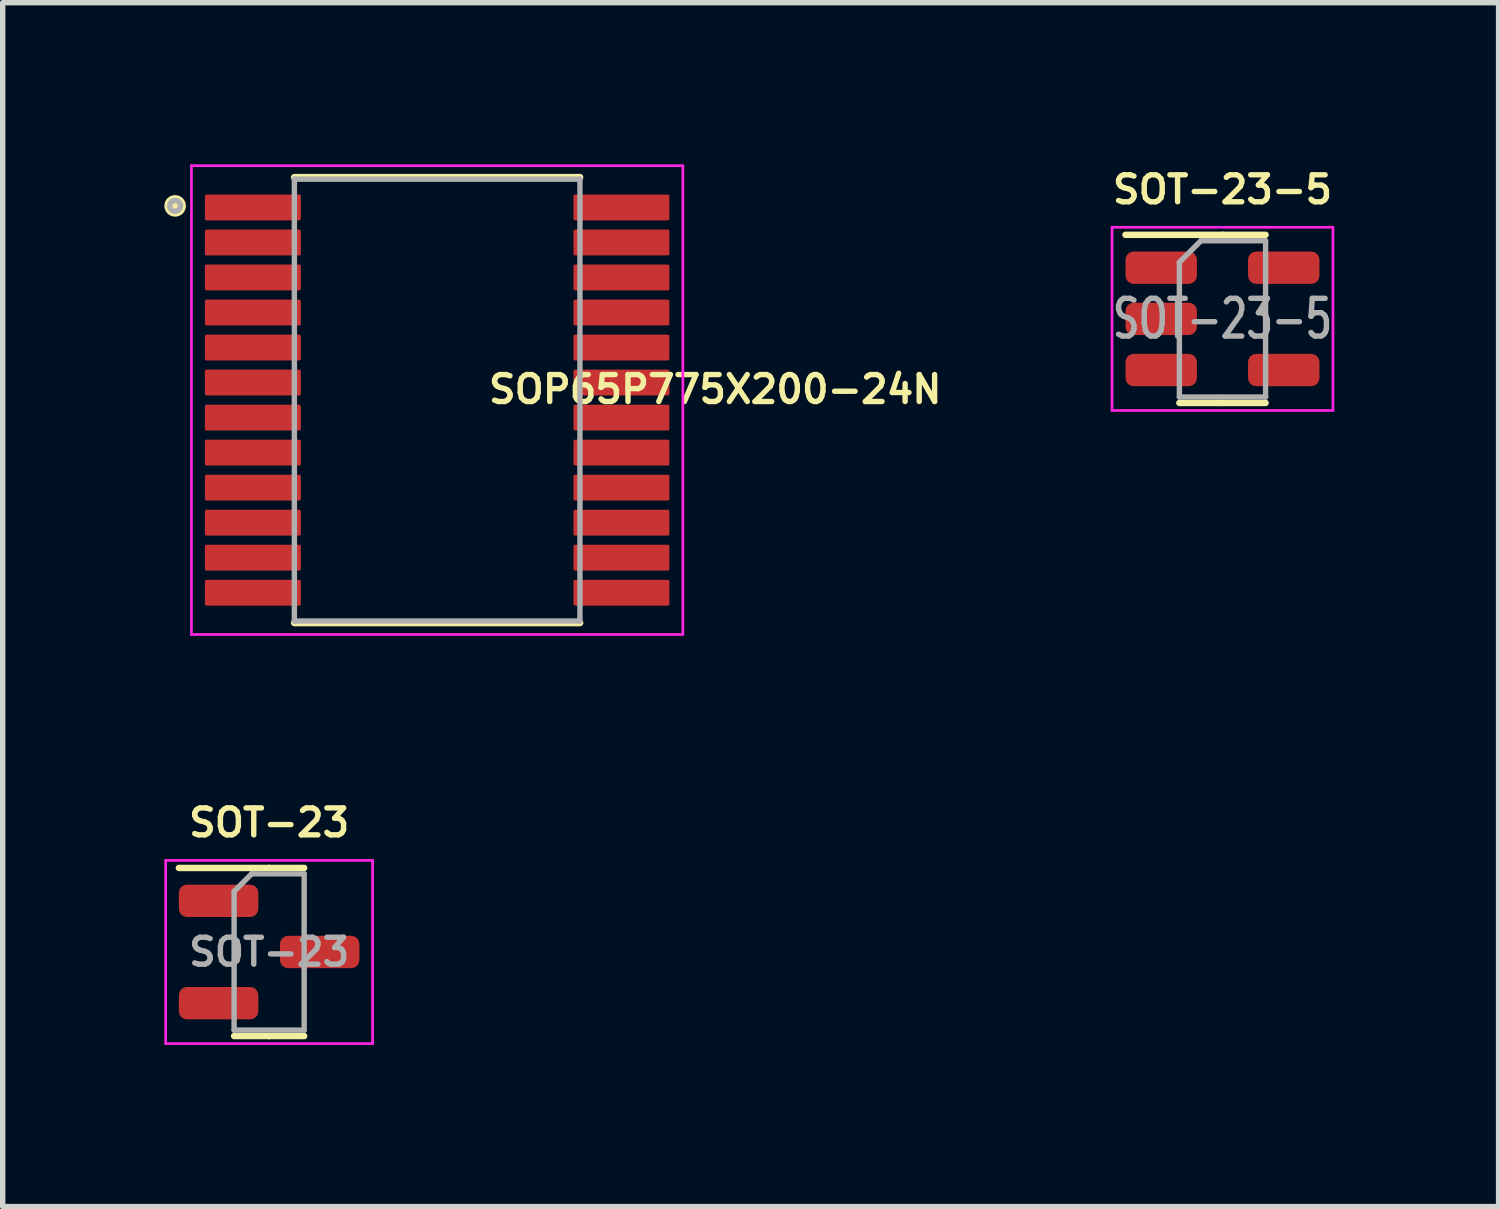
<source format=kicad_pcb>
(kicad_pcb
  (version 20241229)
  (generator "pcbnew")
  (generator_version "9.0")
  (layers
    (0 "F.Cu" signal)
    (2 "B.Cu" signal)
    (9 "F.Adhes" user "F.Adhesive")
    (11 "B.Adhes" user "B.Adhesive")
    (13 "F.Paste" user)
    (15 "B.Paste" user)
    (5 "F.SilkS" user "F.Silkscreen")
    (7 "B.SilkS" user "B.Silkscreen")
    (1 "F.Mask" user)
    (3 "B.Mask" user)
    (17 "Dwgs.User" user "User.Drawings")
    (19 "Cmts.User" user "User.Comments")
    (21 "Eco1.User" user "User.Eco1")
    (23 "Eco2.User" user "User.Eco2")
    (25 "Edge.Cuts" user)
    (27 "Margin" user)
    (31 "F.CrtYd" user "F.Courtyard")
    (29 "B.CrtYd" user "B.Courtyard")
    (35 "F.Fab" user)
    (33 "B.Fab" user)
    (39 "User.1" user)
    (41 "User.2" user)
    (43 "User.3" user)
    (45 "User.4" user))
  (footprint "SOT-23-5"
    (layer "F.Cu")
    (at 19.638 2.868)
    (property "Reference" "SOT-23-5" (at 0 -2.4 0) (layer "F.SilkS") (effects (font (size 0.5 0.5) (thickness 0.1))))
    (attr smd)
    (fp_line (start 0 -1.56) (end -1.8 -1.56) (stroke (width 0.12) (type solid)) (layer "F.SilkS"))
    (fp_line (start 0 -1.56) (end 0.8 -1.56) (stroke (width 0.12) (type solid)) (layer "F.SilkS"))
    (fp_line (start 0 1.56) (end -0.8 1.56) (stroke (width 0.12) (type solid)) (layer "F.SilkS"))
    (fp_line (start 0 1.56) (end 0.8 1.56) (stroke (width 0.12) (type solid)) (layer "F.SilkS"))
    (fp_line (start -2.05 -1.7) (end -2.05 1.7) (stroke (width 0.05) (type solid)) (layer "F.CrtYd"))
    (fp_line (start -2.05 1.7) (end 2.05 1.7) (stroke (width 0.05) (type solid)) (layer "F.CrtYd"))
    (fp_line (start 2.05 -1.7) (end -2.05 -1.7) (stroke (width 0.05) (type solid)) (layer "F.CrtYd"))
    (fp_line (start 2.05 1.7) (end 2.05 -1.7) (stroke (width 0.05) (type solid)) (layer "F.CrtYd"))
    (fp_line (start -0.8 -1.05) (end -0.4 -1.45) (stroke (width 0.1) (type solid)) (layer "F.Fab"))
    (fp_line (start -0.8 1.45) (end -0.8 -1.05) (stroke (width 0.1) (type solid)) (layer "F.Fab"))
    (fp_line (start -0.4 -1.45) (end 0.8 -1.45) (stroke (width 0.1) (type solid)) (layer "F.Fab"))
    (fp_line (start 0.8 -1.45) (end 0.8 1.45) (stroke (width 0.1) (type solid)) (layer "F.Fab"))
    (fp_line (start 0.8 1.45) (end -0.8 1.45) (stroke (width 0.1) (type solid)) (layer "F.Fab"))
    (fp_text user "${REFERENCE}" (at 0 0 0) (layer "F.Fab") (effects (font (size 0.7 0.5) (thickness 0.1))))
    (pad "1" smd roundrect (at -1.137 -0.95) (size 1.325 0.6) (layers "F.Cu" "F.Mask" "F.Paste") (roundrect_rratio 0.25))
    (pad "2" smd roundrect (at -1.137 0) (size 1.325 0.6) (layers "F.Cu" "F.Mask" "F.Paste") (roundrect_rratio 0.25))
    (pad "3" smd roundrect (at -1.137 0.95) (size 1.325 0.6) (layers "F.Cu" "F.Mask" "F.Paste") (roundrect_rratio 0.25))
    (pad "4" smd roundrect (at 1.137 0.95) (size 1.325 0.6) (layers "F.Cu" "F.Mask" "F.Paste") (roundrect_rratio 0.25))
    (pad "5" smd roundrect (at 1.137 -0.95) (size 1.325 0.6) (layers "F.Cu" "F.Mask" "F.Paste") (roundrect_rratio 0.25)))
  (footprint "SOT-23"
    (layer "F.Cu")
    (at 1.945 14.618)
    (property "Reference" "SOT-23" (at 0 -2.4 180) (layer "F.SilkS") (effects (font (size 0.5 0.5) (thickness 0.1))))
    (attr smd)
    (fp_line (start -1.675 -1.56) (end 0 -1.56) (stroke (width 0.12) (type solid)) (layer "F.SilkS"))
    (fp_line (start -0.65 1.56) (end 0 1.56) (stroke (width 0.12) (type solid)) (layer "F.SilkS"))
    (fp_line (start 0.65 -1.56) (end 0 -1.56) (stroke (width 0.12) (type solid)) (layer "F.SilkS"))
    (fp_line (start 0.65 1.56) (end 0 1.56) (stroke (width 0.12) (type solid)) (layer "F.SilkS"))
    (fp_line (start -1.92 -1.7) (end 1.92 -1.7) (stroke (width 0.05) (type solid)) (layer "F.CrtYd"))
    (fp_line (start -1.92 1.7) (end -1.92 -1.7) (stroke (width 0.05) (type solid)) (layer "F.CrtYd"))
    (fp_line (start 1.92 -1.7) (end 1.92 1.7) (stroke (width 0.05) (type solid)) (layer "F.CrtYd"))
    (fp_line (start 1.92 1.7) (end -1.92 1.7) (stroke (width 0.05) (type solid)) (layer "F.CrtYd"))
    (fp_line (start -0.65 -1.125) (end -0.65 1.45) (stroke (width 0.1) (type solid)) (layer "F.Fab"))
    (fp_line (start -0.65 1.45) (end 0.65 1.45) (stroke (width 0.1) (type solid)) (layer "F.Fab"))
    (fp_line (start -0.325 -1.45) (end -0.65 -1.125) (stroke (width 0.1) (type solid)) (layer "F.Fab"))
    (fp_line (start 0.65 -1.45) (end -0.325 -1.45) (stroke (width 0.1) (type solid)) (layer "F.Fab"))
    (fp_line (start 0.65 1.45) (end 0.65 -1.45) (stroke (width 0.1) (type solid)) (layer "F.Fab"))
    (fp_text user "${REFERENCE}" (at 0 0 180) (layer "F.Fab") (effects (font (size 0.5 0.5) (thickness 0.1))))
    (pad "1" smd roundrect (at -0.938 -0.95 180) (size 1.475 0.6) (layers "F.Cu" "F.Mask" "F.Paste") (roundrect_rratio 0.25))
    (pad "2" smd roundrect (at -0.938 0.95 180) (size 1.475 0.6) (layers "F.Cu" "F.Mask" "F.Paste") (roundrect_rratio 0.25))
    (pad "3" smd roundrect (at 0.938 0 180) (size 1.475 0.6) (layers "F.Cu" "F.Mask" "F.Paste") (roundrect_rratio 0.25)))
  (footprint "SOP65P775X200-24N"
    (layer "F.Cu")
    (at 5.063 4.375)
    (property "Reference" "SOP65P775X200-24N" (at 5.161 -0.2 0) (layer "F.SilkS") (effects (font (size 0.5 0.5) (thickness 0.1))))
    (attr through_hole)
    (fp_line (start -2.65 -4.135) (end 2.65 -4.135) (stroke (width 0.127) (type solid)) (layer "F.SilkS"))
    (fp_line (start -2.65 4.135) (end 2.65 4.135) (stroke (width 0.127) (type solid)) (layer "F.SilkS"))
    (fp_circle (center -4.863 -3.604) (end -4.763 -3.604) (stroke (width 0.2) (type solid)) (fill no) (layer "F.SilkS"))
    (fp_line (start -4.56 -4.35) (end -4.56 4.35) (stroke (width 0.05) (type solid)) (layer "F.CrtYd"))
    (fp_line (start -4.56 -4.35) (end 4.56 -4.35) (stroke (width 0.05) (type solid)) (layer "F.CrtYd"))
    (fp_line (start -4.56 4.35) (end 4.56 4.35) (stroke (width 0.05) (type solid)) (layer "F.CrtYd"))
    (fp_line (start 4.56 -4.35) (end 4.56 4.35) (stroke (width 0.05) (type solid)) (layer "F.CrtYd"))
    (fp_line (start -2.65 -4.1) (end -2.65 4.1) (stroke (width 0.1) (type solid)) (layer "F.Fab"))
    (fp_line (start -2.65 -4.1) (end 2.65 -4.1) (stroke (width 0.1) (type solid)) (layer "F.Fab"))
    (fp_line (start -2.65 4.1) (end 2.65 4.1) (stroke (width 0.1) (type solid)) (layer "F.Fab"))
    (fp_line (start 2.65 -4.1) (end 2.65 4.1) (stroke (width 0.1) (type solid)) (layer "F.Fab"))
    (fp_circle (center -4.863 -3.604) (end -4.763 -3.604) (stroke (width 0.1) (type solid)) (fill no) (layer "F.Fab"))
    (pad "1" smd roundrect (at -3.42 -3.575) (size 1.78 0.48) (layers "F.Cu" "F.Mask" "F.Paste") (roundrect_rratio 0.06))
    (pad "2" smd roundrect (at -3.42 -2.925) (size 1.78 0.48) (layers "F.Cu" "F.Mask" "F.Paste") (roundrect_rratio 0.06))
    (pad "3" smd roundrect (at -3.42 -2.275) (size 1.78 0.48) (layers "F.Cu" "F.Mask" "F.Paste") (roundrect_rratio 0.06))
    (pad "4" smd roundrect (at -3.42 -1.625) (size 1.78 0.48) (layers "F.Cu" "F.Mask" "F.Paste") (roundrect_rratio 0.06))
    (pad "5" smd roundrect (at -3.42 -0.975) (size 1.78 0.48) (layers "F.Cu" "F.Mask" "F.Paste") (roundrect_rratio 0.06))
    (pad "6" smd roundrect (at -3.42 -0.325) (size 1.78 0.48) (layers "F.Cu" "F.Mask" "F.Paste") (roundrect_rratio 0.06))
    (pad "7" smd roundrect (at -3.42 0.325) (size 1.78 0.48) (layers "F.Cu" "F.Mask" "F.Paste") (roundrect_rratio 0.06))
    (pad "8" smd roundrect (at -3.42 0.975) (size 1.78 0.48) (layers "F.Cu" "F.Mask" "F.Paste") (roundrect_rratio 0.06))
    (pad "9" smd roundrect (at -3.42 1.625) (size 1.78 0.48) (layers "F.Cu" "F.Mask" "F.Paste") (roundrect_rratio 0.06))
    (pad "10" smd roundrect (at -3.42 2.275) (size 1.78 0.48) (layers "F.Cu" "F.Mask" "F.Paste") (roundrect_rratio 0.06))
    (pad "11" smd roundrect (at -3.42 2.925) (size 1.78 0.48) (layers "F.Cu" "F.Mask" "F.Paste") (roundrect_rratio 0.06))
    (pad "12" smd roundrect (at -3.42 3.575) (size 1.78 0.48) (layers "F.Cu" "F.Mask" "F.Paste") (roundrect_rratio 0.06))
    (pad "13" smd roundrect (at 3.42 3.575) (size 1.78 0.48) (layers "F.Cu" "F.Mask" "F.Paste") (roundrect_rratio 0.06))
    (pad "14" smd roundrect (at 3.42 2.925) (size 1.78 0.48) (layers "F.Cu" "F.Mask" "F.Paste") (roundrect_rratio 0.06))
    (pad "15" smd roundrect (at 3.42 2.275) (size 1.78 0.48) (layers "F.Cu" "F.Mask" "F.Paste") (roundrect_rratio 0.06))
    (pad "16" smd roundrect (at 3.42 1.625) (size 1.78 0.48) (layers "F.Cu" "F.Mask" "F.Paste") (roundrect_rratio 0.06))
    (pad "17" smd roundrect (at 3.42 0.975) (size 1.78 0.48) (layers "F.Cu" "F.Mask" "F.Paste") (roundrect_rratio 0.06))
    (pad "18" smd roundrect (at 3.42 0.325) (size 1.78 0.48) (layers "F.Cu" "F.Mask" "F.Paste") (roundrect_rratio 0.06))
    (pad "19" smd roundrect (at 3.42 -0.325) (size 1.78 0.48) (layers "F.Cu" "F.Mask" "F.Paste") (roundrect_rratio 0.06))
    (pad "20" smd roundrect (at 3.42 -0.975) (size 1.78 0.48) (layers "F.Cu" "F.Mask" "F.Paste") (roundrect_rratio 0.06))
    (pad "21" smd roundrect (at 3.42 -1.625) (size 1.78 0.48) (layers "F.Cu" "F.Mask" "F.Paste") (roundrect_rratio 0.06))
    (pad "22" smd roundrect (at 3.42 -2.275) (size 1.78 0.48) (layers "F.Cu" "F.Mask" "F.Paste") (roundrect_rratio 0.06))
    (pad "23" smd roundrect (at 3.42 -2.925) (size 1.78 0.48) (layers "F.Cu" "F.Mask" "F.Paste") (roundrect_rratio 0.06))
    (pad "24" smd roundrect (at 3.42 -3.575) (size 1.78 0.48) (layers "F.Cu" "F.Mask" "F.Paste") (roundrect_rratio 0.06)))
  (gr_rect
    (start -3 -3)
    (end 24.762 19.343)
    (stroke (width 0.1) (type default))
    (fill no)
    (layer "Edge.Cuts")))
</source>
